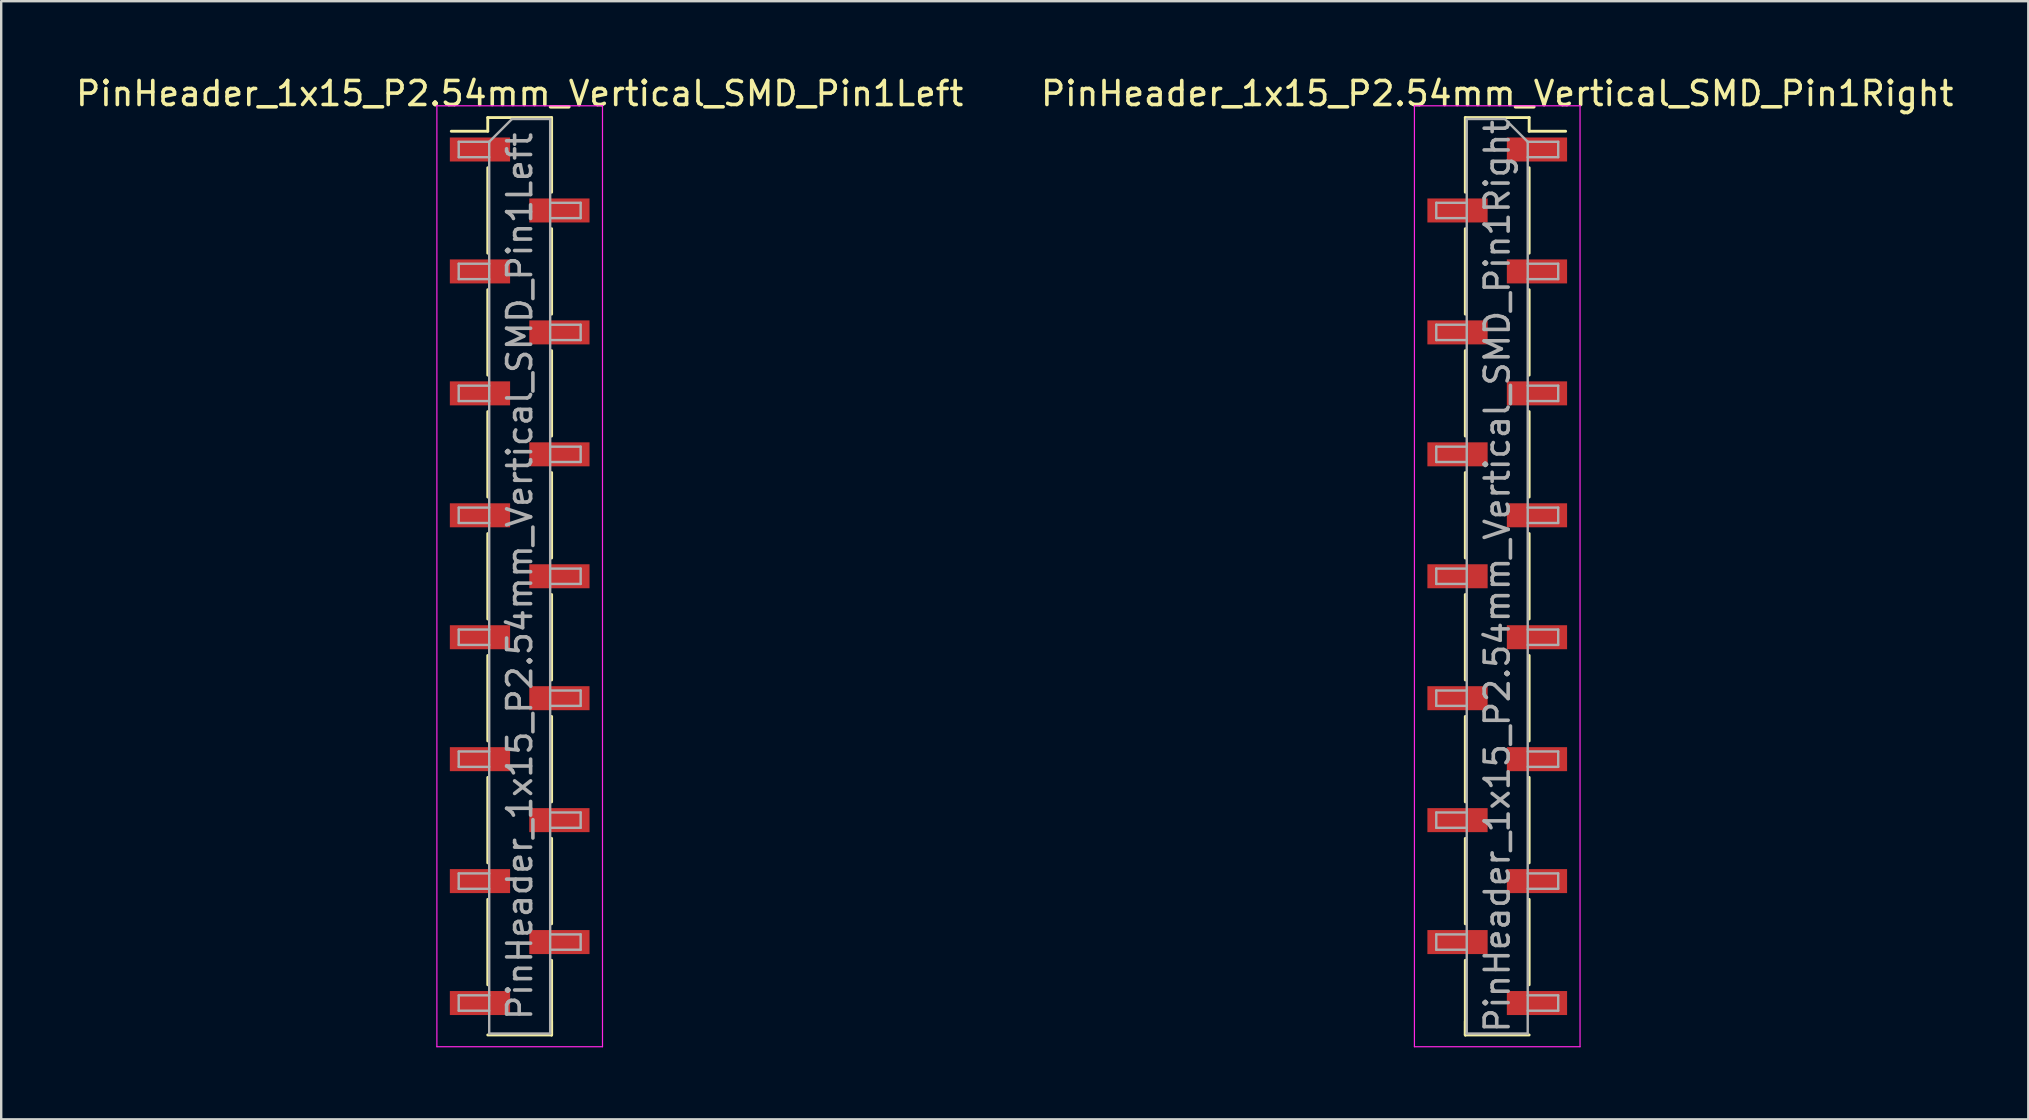
<source format=kicad_pcb>
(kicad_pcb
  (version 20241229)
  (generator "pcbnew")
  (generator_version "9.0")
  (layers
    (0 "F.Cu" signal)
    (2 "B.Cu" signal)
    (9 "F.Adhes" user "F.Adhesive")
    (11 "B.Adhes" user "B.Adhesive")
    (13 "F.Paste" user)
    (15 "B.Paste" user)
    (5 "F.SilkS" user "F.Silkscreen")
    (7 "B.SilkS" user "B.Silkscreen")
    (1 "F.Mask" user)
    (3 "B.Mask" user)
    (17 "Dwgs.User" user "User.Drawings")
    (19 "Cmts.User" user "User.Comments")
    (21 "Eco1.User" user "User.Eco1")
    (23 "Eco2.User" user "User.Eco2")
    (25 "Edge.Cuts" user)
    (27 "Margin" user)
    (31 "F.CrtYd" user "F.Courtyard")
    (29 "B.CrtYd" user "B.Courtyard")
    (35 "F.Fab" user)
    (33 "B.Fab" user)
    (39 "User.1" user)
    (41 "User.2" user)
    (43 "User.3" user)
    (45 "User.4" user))
  (footprint "PinHeader_1x15_P2.54mm_Vertical_SMD_Pin1Left"
    (layer "F.Cu")
    (at 18.601 20.958)
    (property "Reference" "PinHeader_1x15_P2.54mm_Vertical_SMD_Pin1Left" (at 0 -20.11 0) (layer "F.SilkS") (effects (font (size 1 1) (thickness 0.15))))
    (attr smd)
    (fp_line (start -1.33 -19.11) (end -1.33 -18.54) (stroke (width 0.12) (type solid)) (layer "F.SilkS"))
    (fp_line (start -1.33 -19.11) (end 1.33 -19.11) (stroke (width 0.12) (type solid)) (layer "F.SilkS"))
    (fp_line (start -1.33 -18.54) (end -2.85 -18.54) (stroke (width 0.12) (type solid)) (layer "F.SilkS"))
    (fp_line (start -1.33 -17.02) (end -1.33 -13.46) (stroke (width 0.12) (type solid)) (layer "F.SilkS"))
    (fp_line (start -1.33 -11.94) (end -1.33 -8.38) (stroke (width 0.12) (type solid)) (layer "F.SilkS"))
    (fp_line (start -1.33 -6.86) (end -1.33 -3.3) (stroke (width 0.12) (type solid)) (layer "F.SilkS"))
    (fp_line (start -1.33 -1.78) (end -1.33 1.78) (stroke (width 0.12) (type solid)) (layer "F.SilkS"))
    (fp_line (start -1.33 3.3) (end -1.33 6.86) (stroke (width 0.12) (type solid)) (layer "F.SilkS"))
    (fp_line (start -1.33 8.38) (end -1.33 11.94) (stroke (width 0.12) (type solid)) (layer "F.SilkS"))
    (fp_line (start -1.33 13.46) (end -1.33 17.02) (stroke (width 0.12) (type solid)) (layer "F.SilkS"))
    (fp_line (start -1.33 19.11) (end 1.33 19.11) (stroke (width 0.12) (type solid)) (layer "F.SilkS"))
    (fp_line (start 1.33 -19.11) (end 1.33 -16) (stroke (width 0.12) (type solid)) (layer "F.SilkS"))
    (fp_line (start 1.33 -14.48) (end 1.33 -10.92) (stroke (width 0.12) (type solid)) (layer "F.SilkS"))
    (fp_line (start 1.33 -9.4) (end 1.33 -5.84) (stroke (width 0.12) (type solid)) (layer "F.SilkS"))
    (fp_line (start 1.33 -4.32) (end 1.33 -0.76) (stroke (width 0.12) (type solid)) (layer "F.SilkS"))
    (fp_line (start 1.33 0.76) (end 1.33 4.32) (stroke (width 0.12) (type solid)) (layer "F.SilkS"))
    (fp_line (start 1.33 5.84) (end 1.33 9.4) (stroke (width 0.12) (type solid)) (layer "F.SilkS"))
    (fp_line (start 1.33 10.92) (end 1.33 14.48) (stroke (width 0.12) (type solid)) (layer "F.SilkS"))
    (fp_line (start 1.33 16) (end 1.33 19.11) (stroke (width 0.12) (type solid)) (layer "F.SilkS"))
    (fp_line (start 1.33 18.54) (end 1.33 19.11) (stroke (width 0.12) (type solid)) (layer "F.SilkS"))
    (fp_line (start -3.45 -19.6) (end -3.45 19.6) (stroke (width 0.05) (type solid)) (layer "F.CrtYd"))
    (fp_line (start -3.45 19.6) (end 3.45 19.6) (stroke (width 0.05) (type solid)) (layer "F.CrtYd"))
    (fp_line (start 3.45 -19.6) (end -3.45 -19.6) (stroke (width 0.05) (type solid)) (layer "F.CrtYd"))
    (fp_line (start 3.45 19.6) (end 3.45 -19.6) (stroke (width 0.05) (type solid)) (layer "F.CrtYd"))
    (fp_line (start -2.54 -18.1) (end -2.54 -17.46) (stroke (width 0.1) (type solid)) (layer "F.Fab"))
    (fp_line (start -2.54 -17.46) (end -1.27 -17.46) (stroke (width 0.1) (type solid)) (layer "F.Fab"))
    (fp_line (start -2.54 -13.02) (end -2.54 -12.38) (stroke (width 0.1) (type solid)) (layer "F.Fab"))
    (fp_line (start -2.54 -12.38) (end -1.27 -12.38) (stroke (width 0.1) (type solid)) (layer "F.Fab"))
    (fp_line (start -2.54 -7.94) (end -2.54 -7.3) (stroke (width 0.1) (type solid)) (layer "F.Fab"))
    (fp_line (start -2.54 -7.3) (end -1.27 -7.3) (stroke (width 0.1) (type solid)) (layer "F.Fab"))
    (fp_line (start -2.54 -2.86) (end -2.54 -2.22) (stroke (width 0.1) (type solid)) (layer "F.Fab"))
    (fp_line (start -2.54 -2.22) (end -1.27 -2.22) (stroke (width 0.1) (type solid)) (layer "F.Fab"))
    (fp_line (start -2.54 2.22) (end -2.54 2.86) (stroke (width 0.1) (type solid)) (layer "F.Fab"))
    (fp_line (start -2.54 2.86) (end -1.27 2.86) (stroke (width 0.1) (type solid)) (layer "F.Fab"))
    (fp_line (start -2.54 7.3) (end -2.54 7.94) (stroke (width 0.1) (type solid)) (layer "F.Fab"))
    (fp_line (start -2.54 7.94) (end -1.27 7.94) (stroke (width 0.1) (type solid)) (layer "F.Fab"))
    (fp_line (start -2.54 12.38) (end -2.54 13.02) (stroke (width 0.1) (type solid)) (layer "F.Fab"))
    (fp_line (start -2.54 13.02) (end -1.27 13.02) (stroke (width 0.1) (type solid)) (layer "F.Fab"))
    (fp_line (start -2.54 17.46) (end -2.54 18.1) (stroke (width 0.1) (type solid)) (layer "F.Fab"))
    (fp_line (start -2.54 18.1) (end -1.27 18.1) (stroke (width 0.1) (type solid)) (layer "F.Fab"))
    (fp_line (start -1.27 -18.1) (end -2.54 -18.1) (stroke (width 0.1) (type solid)) (layer "F.Fab"))
    (fp_line (start -1.27 -18.1) (end -0.32 -19.05) (stroke (width 0.1) (type solid)) (layer "F.Fab"))
    (fp_line (start -1.27 -13.02) (end -2.54 -13.02) (stroke (width 0.1) (type solid)) (layer "F.Fab"))
    (fp_line (start -1.27 -7.94) (end -2.54 -7.94) (stroke (width 0.1) (type solid)) (layer "F.Fab"))
    (fp_line (start -1.27 -2.86) (end -2.54 -2.86) (stroke (width 0.1) (type solid)) (layer "F.Fab"))
    (fp_line (start -1.27 2.22) (end -2.54 2.22) (stroke (width 0.1) (type solid)) (layer "F.Fab"))
    (fp_line (start -1.27 7.3) (end -2.54 7.3) (stroke (width 0.1) (type solid)) (layer "F.Fab"))
    (fp_line (start -1.27 12.38) (end -2.54 12.38) (stroke (width 0.1) (type solid)) (layer "F.Fab"))
    (fp_line (start -1.27 17.46) (end -2.54 17.46) (stroke (width 0.1) (type solid)) (layer "F.Fab"))
    (fp_line (start -1.27 19.05) (end -1.27 -18.1) (stroke (width 0.1) (type solid)) (layer "F.Fab"))
    (fp_line (start -0.32 -19.05) (end 1.27 -19.05) (stroke (width 0.1) (type solid)) (layer "F.Fab"))
    (fp_line (start 1.27 -19.05) (end 1.27 19.05) (stroke (width 0.1) (type solid)) (layer "F.Fab"))
    (fp_line (start 1.27 -15.56) (end 2.54 -15.56) (stroke (width 0.1) (type solid)) (layer "F.Fab"))
    (fp_line (start 1.27 -10.48) (end 2.54 -10.48) (stroke (width 0.1) (type solid)) (layer "F.Fab"))
    (fp_line (start 1.27 -5.4) (end 2.54 -5.4) (stroke (width 0.1) (type solid)) (layer "F.Fab"))
    (fp_line (start 1.27 -0.32) (end 2.54 -0.32) (stroke (width 0.1) (type solid)) (layer "F.Fab"))
    (fp_line (start 1.27 4.76) (end 2.54 4.76) (stroke (width 0.1) (type solid)) (layer "F.Fab"))
    (fp_line (start 1.27 9.84) (end 2.54 9.84) (stroke (width 0.1) (type solid)) (layer "F.Fab"))
    (fp_line (start 1.27 14.92) (end 2.54 14.92) (stroke (width 0.1) (type solid)) (layer "F.Fab"))
    (fp_line (start 1.27 19.05) (end -1.27 19.05) (stroke (width 0.1) (type solid)) (layer "F.Fab"))
    (fp_line (start 2.54 -15.56) (end 2.54 -14.92) (stroke (width 0.1) (type solid)) (layer "F.Fab"))
    (fp_line (start 2.54 -14.92) (end 1.27 -14.92) (stroke (width 0.1) (type solid)) (layer "F.Fab"))
    (fp_line (start 2.54 -10.48) (end 2.54 -9.84) (stroke (width 0.1) (type solid)) (layer "F.Fab"))
    (fp_line (start 2.54 -9.84) (end 1.27 -9.84) (stroke (width 0.1) (type solid)) (layer "F.Fab"))
    (fp_line (start 2.54 -5.4) (end 2.54 -4.76) (stroke (width 0.1) (type solid)) (layer "F.Fab"))
    (fp_line (start 2.54 -4.76) (end 1.27 -4.76) (stroke (width 0.1) (type solid)) (layer "F.Fab"))
    (fp_line (start 2.54 -0.32) (end 2.54 0.32) (stroke (width 0.1) (type solid)) (layer "F.Fab"))
    (fp_line (start 2.54 0.32) (end 1.27 0.32) (stroke (width 0.1) (type solid)) (layer "F.Fab"))
    (fp_line (start 2.54 4.76) (end 2.54 5.4) (stroke (width 0.1) (type solid)) (layer "F.Fab"))
    (fp_line (start 2.54 5.4) (end 1.27 5.4) (stroke (width 0.1) (type solid)) (layer "F.Fab"))
    (fp_line (start 2.54 9.84) (end 2.54 10.48) (stroke (width 0.1) (type solid)) (layer "F.Fab"))
    (fp_line (start 2.54 10.48) (end 1.27 10.48) (stroke (width 0.1) (type solid)) (layer "F.Fab"))
    (fp_line (start 2.54 14.92) (end 2.54 15.56) (stroke (width 0.1) (type solid)) (layer "F.Fab"))
    (fp_line (start 2.54 15.56) (end 1.27 15.56) (stroke (width 0.1) (type solid)) (layer "F.Fab"))
    (fp_text user "${REFERENCE}" (at 0 0 90) (layer "F.Fab") (effects (font (size 1 1) (thickness 0.15))))
    (pad "1" smd rect (at -1.655 -17.78) (size 2.51 1) (layers "F.Cu" "F.Mask" "F.Paste"))
    (pad "2" smd rect (at 1.655 -15.24) (size 2.51 1) (layers "F.Cu" "F.Mask" "F.Paste"))
    (pad "3" smd rect (at -1.655 -12.7) (size 2.51 1) (layers "F.Cu" "F.Mask" "F.Paste"))
    (pad "4" smd rect (at 1.655 -10.16) (size 2.51 1) (layers "F.Cu" "F.Mask" "F.Paste"))
    (pad "5" smd rect (at -1.655 -7.62) (size 2.51 1) (layers "F.Cu" "F.Mask" "F.Paste"))
    (pad "6" smd rect (at 1.655 -5.08) (size 2.51 1) (layers "F.Cu" "F.Mask" "F.Paste"))
    (pad "7" smd rect (at -1.655 -2.54) (size 2.51 1) (layers "F.Cu" "F.Mask" "F.Paste"))
    (pad "8" smd rect (at 1.655 0) (size 2.51 1) (layers "F.Cu" "F.Mask" "F.Paste"))
    (pad "9" smd rect (at -1.655 2.54) (size 2.51 1) (layers "F.Cu" "F.Mask" "F.Paste"))
    (pad "10" smd rect (at 1.655 5.08) (size 2.51 1) (layers "F.Cu" "F.Mask" "F.Paste"))
    (pad "11" smd rect (at -1.655 7.62) (size 2.51 1) (layers "F.Cu" "F.Mask" "F.Paste"))
    (pad "12" smd rect (at 1.655 10.16) (size 2.51 1) (layers "F.Cu" "F.Mask" "F.Paste"))
    (pad "13" smd rect (at -1.655 12.7) (size 2.51 1) (layers "F.Cu" "F.Mask" "F.Paste"))
    (pad "14" smd rect (at 1.655 15.24) (size 2.51 1) (layers "F.Cu" "F.Mask" "F.Paste"))
    (pad "15" smd rect (at -1.655 17.78) (size 2.51 1) (layers "F.Cu" "F.Mask" "F.Paste")))
  (footprint "PinHeader_1x15_P2.54mm_Vertical_SMD_Pin1Right"
    (layer "F.Cu")
    (at 59.327 20.958)
    (property "Reference" "PinHeader_1x15_P2.54mm_Vertical_SMD_Pin1Right" (at 0 -20.11 0) (layer "F.SilkS") (effects (font (size 1 1) (thickness 0.15))))
    (attr smd)
    (fp_line (start -1.33 -19.11) (end -1.33 -16) (stroke (width 0.12) (type solid)) (layer "F.SilkS"))
    (fp_line (start -1.33 -19.11) (end 1.33 -19.11) (stroke (width 0.12) (type solid)) (layer "F.SilkS"))
    (fp_line (start -1.33 -14.48) (end -1.33 -10.92) (stroke (width 0.12) (type solid)) (layer "F.SilkS"))
    (fp_line (start -1.33 -9.4) (end -1.33 -5.84) (stroke (width 0.12) (type solid)) (layer "F.SilkS"))
    (fp_line (start -1.33 -4.32) (end -1.33 -0.76) (stroke (width 0.12) (type solid)) (layer "F.SilkS"))
    (fp_line (start -1.33 0.76) (end -1.33 4.32) (stroke (width 0.12) (type solid)) (layer "F.SilkS"))
    (fp_line (start -1.33 5.84) (end -1.33 9.4) (stroke (width 0.12) (type solid)) (layer "F.SilkS"))
    (fp_line (start -1.33 10.92) (end -1.33 14.48) (stroke (width 0.12) (type solid)) (layer "F.SilkS"))
    (fp_line (start -1.33 16) (end -1.33 19.11) (stroke (width 0.12) (type solid)) (layer "F.SilkS"))
    (fp_line (start -1.33 18.54) (end -1.33 19.11) (stroke (width 0.12) (type solid)) (layer "F.SilkS"))
    (fp_line (start -1.33 19.11) (end 1.33 19.11) (stroke (width 0.12) (type solid)) (layer "F.SilkS"))
    (fp_line (start 1.33 -19.11) (end 1.33 -18.54) (stroke (width 0.12) (type solid)) (layer "F.SilkS"))
    (fp_line (start 1.33 -18.54) (end 2.85 -18.54) (stroke (width 0.12) (type solid)) (layer "F.SilkS"))
    (fp_line (start 1.33 -17.02) (end 1.33 -13.46) (stroke (width 0.12) (type solid)) (layer "F.SilkS"))
    (fp_line (start 1.33 -11.94) (end 1.33 -8.38) (stroke (width 0.12) (type solid)) (layer "F.SilkS"))
    (fp_line (start 1.33 -6.86) (end 1.33 -3.3) (stroke (width 0.12) (type solid)) (layer "F.SilkS"))
    (fp_line (start 1.33 -1.78) (end 1.33 1.78) (stroke (width 0.12) (type solid)) (layer "F.SilkS"))
    (fp_line (start 1.33 3.3) (end 1.33 6.86) (stroke (width 0.12) (type solid)) (layer "F.SilkS"))
    (fp_line (start 1.33 8.38) (end 1.33 11.94) (stroke (width 0.12) (type solid)) (layer "F.SilkS"))
    (fp_line (start 1.33 13.46) (end 1.33 17.02) (stroke (width 0.12) (type solid)) (layer "F.SilkS"))
    (fp_line (start -3.45 -19.6) (end -3.45 19.6) (stroke (width 0.05) (type solid)) (layer "F.CrtYd"))
    (fp_line (start -3.45 19.6) (end 3.45 19.6) (stroke (width 0.05) (type solid)) (layer "F.CrtYd"))
    (fp_line (start 3.45 -19.6) (end -3.45 -19.6) (stroke (width 0.05) (type solid)) (layer "F.CrtYd"))
    (fp_line (start 3.45 19.6) (end 3.45 -19.6) (stroke (width 0.05) (type solid)) (layer "F.CrtYd"))
    (fp_line (start -2.54 -15.56) (end -2.54 -14.92) (stroke (width 0.1) (type solid)) (layer "F.Fab"))
    (fp_line (start -2.54 -14.92) (end -1.27 -14.92) (stroke (width 0.1) (type solid)) (layer "F.Fab"))
    (fp_line (start -2.54 -10.48) (end -2.54 -9.84) (stroke (width 0.1) (type solid)) (layer "F.Fab"))
    (fp_line (start -2.54 -9.84) (end -1.27 -9.84) (stroke (width 0.1) (type solid)) (layer "F.Fab"))
    (fp_line (start -2.54 -5.4) (end -2.54 -4.76) (stroke (width 0.1) (type solid)) (layer "F.Fab"))
    (fp_line (start -2.54 -4.76) (end -1.27 -4.76) (stroke (width 0.1) (type solid)) (layer "F.Fab"))
    (fp_line (start -2.54 -0.32) (end -2.54 0.32) (stroke (width 0.1) (type solid)) (layer "F.Fab"))
    (fp_line (start -2.54 0.32) (end -1.27 0.32) (stroke (width 0.1) (type solid)) (layer "F.Fab"))
    (fp_line (start -2.54 4.76) (end -2.54 5.4) (stroke (width 0.1) (type solid)) (layer "F.Fab"))
    (fp_line (start -2.54 5.4) (end -1.27 5.4) (stroke (width 0.1) (type solid)) (layer "F.Fab"))
    (fp_line (start -2.54 9.84) (end -2.54 10.48) (stroke (width 0.1) (type solid)) (layer "F.Fab"))
    (fp_line (start -2.54 10.48) (end -1.27 10.48) (stroke (width 0.1) (type solid)) (layer "F.Fab"))
    (fp_line (start -2.54 14.92) (end -2.54 15.56) (stroke (width 0.1) (type solid)) (layer "F.Fab"))
    (fp_line (start -2.54 15.56) (end -1.27 15.56) (stroke (width 0.1) (type solid)) (layer "F.Fab"))
    (fp_line (start -1.27 -19.05) (end -1.27 19.05) (stroke (width 0.1) (type solid)) (layer "F.Fab"))
    (fp_line (start -1.27 -19.05) (end 0.32 -19.05) (stroke (width 0.1) (type solid)) (layer "F.Fab"))
    (fp_line (start -1.27 -15.56) (end -2.54 -15.56) (stroke (width 0.1) (type solid)) (layer "F.Fab"))
    (fp_line (start -1.27 -10.48) (end -2.54 -10.48) (stroke (width 0.1) (type solid)) (layer "F.Fab"))
    (fp_line (start -1.27 -5.4) (end -2.54 -5.4) (stroke (width 0.1) (type solid)) (layer "F.Fab"))
    (fp_line (start -1.27 -0.32) (end -2.54 -0.32) (stroke (width 0.1) (type solid)) (layer "F.Fab"))
    (fp_line (start -1.27 4.76) (end -2.54 4.76) (stroke (width 0.1) (type solid)) (layer "F.Fab"))
    (fp_line (start -1.27 9.84) (end -2.54 9.84) (stroke (width 0.1) (type solid)) (layer "F.Fab"))
    (fp_line (start -1.27 14.92) (end -2.54 14.92) (stroke (width 0.1) (type solid)) (layer "F.Fab"))
    (fp_line (start 1.27 -18.1) (end 0.32 -19.05) (stroke (width 0.1) (type solid)) (layer "F.Fab"))
    (fp_line (start 1.27 -18.1) (end 2.54 -18.1) (stroke (width 0.1) (type solid)) (layer "F.Fab"))
    (fp_line (start 1.27 -13.02) (end 2.54 -13.02) (stroke (width 0.1) (type solid)) (layer "F.Fab"))
    (fp_line (start 1.27 -7.94) (end 2.54 -7.94) (stroke (width 0.1) (type solid)) (layer "F.Fab"))
    (fp_line (start 1.27 -2.86) (end 2.54 -2.86) (stroke (width 0.1) (type solid)) (layer "F.Fab"))
    (fp_line (start 1.27 2.22) (end 2.54 2.22) (stroke (width 0.1) (type solid)) (layer "F.Fab"))
    (fp_line (start 1.27 7.3) (end 2.54 7.3) (stroke (width 0.1) (type solid)) (layer "F.Fab"))
    (fp_line (start 1.27 12.38) (end 2.54 12.38) (stroke (width 0.1) (type solid)) (layer "F.Fab"))
    (fp_line (start 1.27 17.46) (end 2.54 17.46) (stroke (width 0.1) (type solid)) (layer "F.Fab"))
    (fp_line (start 1.27 19.05) (end -1.27 19.05) (stroke (width 0.1) (type solid)) (layer "F.Fab"))
    (fp_line (start 1.27 19.05) (end 1.27 -18.1) (stroke (width 0.1) (type solid)) (layer "F.Fab"))
    (fp_line (start 2.54 -18.1) (end 2.54 -17.46) (stroke (width 0.1) (type solid)) (layer "F.Fab"))
    (fp_line (start 2.54 -17.46) (end 1.27 -17.46) (stroke (width 0.1) (type solid)) (layer "F.Fab"))
    (fp_line (start 2.54 -13.02) (end 2.54 -12.38) (stroke (width 0.1) (type solid)) (layer "F.Fab"))
    (fp_line (start 2.54 -12.38) (end 1.27 -12.38) (stroke (width 0.1) (type solid)) (layer "F.Fab"))
    (fp_line (start 2.54 -7.94) (end 2.54 -7.3) (stroke (width 0.1) (type solid)) (layer "F.Fab"))
    (fp_line (start 2.54 -7.3) (end 1.27 -7.3) (stroke (width 0.1) (type solid)) (layer "F.Fab"))
    (fp_line (start 2.54 -2.86) (end 2.54 -2.22) (stroke (width 0.1) (type solid)) (layer "F.Fab"))
    (fp_line (start 2.54 -2.22) (end 1.27 -2.22) (stroke (width 0.1) (type solid)) (layer "F.Fab"))
    (fp_line (start 2.54 2.22) (end 2.54 2.86) (stroke (width 0.1) (type solid)) (layer "F.Fab"))
    (fp_line (start 2.54 2.86) (end 1.27 2.86) (stroke (width 0.1) (type solid)) (layer "F.Fab"))
    (fp_line (start 2.54 7.3) (end 2.54 7.94) (stroke (width 0.1) (type solid)) (layer "F.Fab"))
    (fp_line (start 2.54 7.94) (end 1.27 7.94) (stroke (width 0.1) (type solid)) (layer "F.Fab"))
    (fp_line (start 2.54 12.38) (end 2.54 13.02) (stroke (width 0.1) (type solid)) (layer "F.Fab"))
    (fp_line (start 2.54 13.02) (end 1.27 13.02) (stroke (width 0.1) (type solid)) (layer "F.Fab"))
    (fp_line (start 2.54 17.46) (end 2.54 18.1) (stroke (width 0.1) (type solid)) (layer "F.Fab"))
    (fp_line (start 2.54 18.1) (end 1.27 18.1) (stroke (width 0.1) (type solid)) (layer "F.Fab"))
    (fp_text user "${REFERENCE}" (at 0 0 90) (layer "F.Fab") (effects (font (size 1 1) (thickness 0.15))))
    (pad "1" smd rect (at 1.655 -17.78) (size 2.51 1) (layers "F.Cu" "F.Mask" "F.Paste"))
    (pad "2" smd rect (at -1.655 -15.24) (size 2.51 1) (layers "F.Cu" "F.Mask" "F.Paste"))
    (pad "3" smd rect (at 1.655 -12.7) (size 2.51 1) (layers "F.Cu" "F.Mask" "F.Paste"))
    (pad "4" smd rect (at -1.655 -10.16) (size 2.51 1) (layers "F.Cu" "F.Mask" "F.Paste"))
    (pad "5" smd rect (at 1.655 -7.62) (size 2.51 1) (layers "F.Cu" "F.Mask" "F.Paste"))
    (pad "6" smd rect (at -1.655 -5.08) (size 2.51 1) (layers "F.Cu" "F.Mask" "F.Paste"))
    (pad "7" smd rect (at 1.655 -2.54) (size 2.51 1) (layers "F.Cu" "F.Mask" "F.Paste"))
    (pad "8" smd rect (at -1.655 0) (size 2.51 1) (layers "F.Cu" "F.Mask" "F.Paste"))
    (pad "9" smd rect (at 1.655 2.54) (size 2.51 1) (layers "F.Cu" "F.Mask" "F.Paste"))
    (pad "10" smd rect (at -1.655 5.08) (size 2.51 1) (layers "F.Cu" "F.Mask" "F.Paste"))
    (pad "11" smd rect (at 1.655 7.62) (size 2.51 1) (layers "F.Cu" "F.Mask" "F.Paste"))
    (pad "12" smd rect (at -1.655 10.16) (size 2.51 1) (layers "F.Cu" "F.Mask" "F.Paste"))
    (pad "13" smd rect (at 1.655 12.7) (size 2.51 1) (layers "F.Cu" "F.Mask" "F.Paste"))
    (pad "14" smd rect (at -1.655 15.24) (size 2.51 1) (layers "F.Cu" "F.Mask" "F.Paste"))
    (pad "15" smd rect (at 1.655 17.78) (size 2.51 1) (layers "F.Cu" "F.Mask" "F.Paste")))
  (gr_rect
    (start -3 -3)
    (end 81.452 43.583)
    (stroke (width 0.1) (type default))
    (fill no)
    (layer "Edge.Cuts")))
</source>
